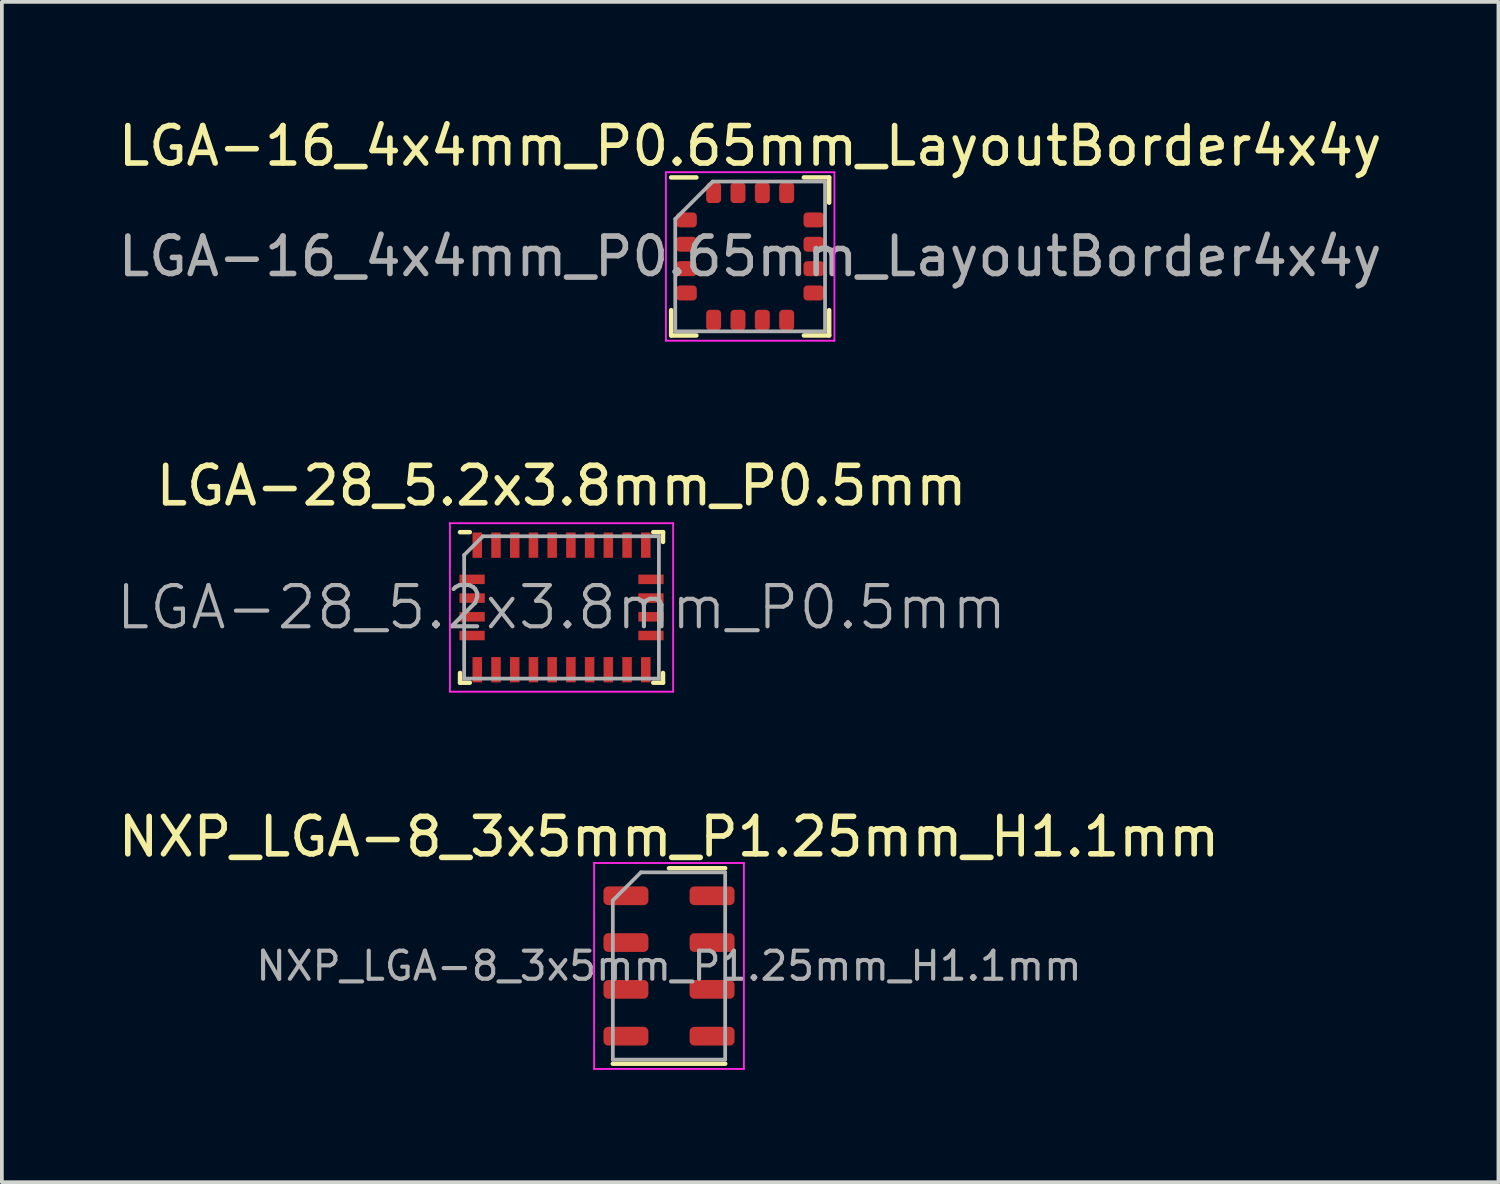
<source format=kicad_pcb>
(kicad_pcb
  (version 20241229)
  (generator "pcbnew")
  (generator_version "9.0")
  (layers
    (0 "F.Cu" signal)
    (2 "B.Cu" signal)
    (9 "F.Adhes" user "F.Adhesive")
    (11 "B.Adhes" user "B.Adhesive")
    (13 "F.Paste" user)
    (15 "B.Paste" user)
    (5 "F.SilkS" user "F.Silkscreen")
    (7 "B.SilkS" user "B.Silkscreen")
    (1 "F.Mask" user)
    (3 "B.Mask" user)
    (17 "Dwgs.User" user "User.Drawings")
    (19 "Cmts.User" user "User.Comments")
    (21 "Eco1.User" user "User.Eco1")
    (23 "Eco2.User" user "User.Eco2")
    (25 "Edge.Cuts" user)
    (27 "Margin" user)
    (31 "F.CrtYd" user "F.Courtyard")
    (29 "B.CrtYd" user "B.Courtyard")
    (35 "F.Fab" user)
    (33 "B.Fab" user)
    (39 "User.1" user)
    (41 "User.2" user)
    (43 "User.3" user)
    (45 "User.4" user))
  (footprint "LGA-16_4x4mm_P0.65mm_LayoutBorder4x4y"
    (layer "F.Cu")
    (at 16.982 3.798)
    (property "Reference" "LGA-16_4x4mm_P0.65mm_LayoutBorder4x4y" (at 0 -2.95 0) (layer "F.SilkS") (effects (font (size 1 1) (thickness 0.15))))
    (attr smd)
    (fp_line (start -2.11 2.11) (end -2.11 1.435) (stroke (width 0.12) (type solid)) (layer "F.SilkS"))
    (fp_line (start -1.435 -2.11) (end -2.11 -2.11) (stroke (width 0.12) (type solid)) (layer "F.SilkS"))
    (fp_line (start -1.435 2.11) (end -2.11 2.11) (stroke (width 0.12) (type solid)) (layer "F.SilkS"))
    (fp_line (start 1.435 -2.11) (end 2.11 -2.11) (stroke (width 0.12) (type solid)) (layer "F.SilkS"))
    (fp_line (start 1.435 2.11) (end 2.11 2.11) (stroke (width 0.12) (type solid)) (layer "F.SilkS"))
    (fp_line (start 2.11 -2.11) (end 2.11 -1.435) (stroke (width 0.12) (type solid)) (layer "F.SilkS"))
    (fp_line (start 2.11 2.11) (end 2.11 1.435) (stroke (width 0.12) (type solid)) (layer "F.SilkS"))
    (fp_line (start -2.25 -2.25) (end -2.25 2.25) (stroke (width 0.05) (type solid)) (layer "F.CrtYd"))
    (fp_line (start -2.25 2.25) (end 2.25 2.25) (stroke (width 0.05) (type solid)) (layer "F.CrtYd"))
    (fp_line (start 2.25 -2.25) (end -2.25 -2.25) (stroke (width 0.05) (type solid)) (layer "F.CrtYd"))
    (fp_line (start 2.25 2.25) (end 2.25 -2.25) (stroke (width 0.05) (type solid)) (layer "F.CrtYd"))
    (fp_line (start -2 -1) (end -1 -2) (stroke (width 0.1) (type solid)) (layer "F.Fab"))
    (fp_line (start -2 2) (end -2 -1) (stroke (width 0.1) (type solid)) (layer "F.Fab"))
    (fp_line (start -1 -2) (end 2 -2) (stroke (width 0.1) (type solid)) (layer "F.Fab"))
    (fp_line (start 2 -2) (end 2 2) (stroke (width 0.1) (type solid)) (layer "F.Fab"))
    (fp_line (start 2 2) (end -2 2) (stroke (width 0.1) (type solid)) (layer "F.Fab"))
    (fp_text user "${REFERENCE}" (at 0 0 0) (layer "F.Fab") (effects (font (size 1 1) (thickness 0.15))))
    (pad "1" smd roundrect (at -1.7 -0.975) (size 0.55 0.4) (layers "F.Cu" "F.Mask" "F.Paste") (roundrect_rratio 0.25))
    (pad "2" smd roundrect (at -1.7 -0.325) (size 0.55 0.4) (layers "F.Cu" "F.Mask" "F.Paste") (roundrect_rratio 0.25))
    (pad "3" smd roundrect (at -1.7 0.325) (size 0.55 0.4) (layers "F.Cu" "F.Mask" "F.Paste") (roundrect_rratio 0.25))
    (pad "4" smd roundrect (at -1.7 0.975) (size 0.55 0.4) (layers "F.Cu" "F.Mask" "F.Paste") (roundrect_rratio 0.25))
    (pad "5" smd roundrect (at -0.975 1.7) (size 0.4 0.55) (layers "F.Cu" "F.Mask" "F.Paste") (roundrect_rratio 0.25))
    (pad "6" smd roundrect (at -0.325 1.7) (size 0.4 0.55) (layers "F.Cu" "F.Mask" "F.Paste") (roundrect_rratio 0.25))
    (pad "7" smd roundrect (at 0.325 1.7) (size 0.4 0.55) (layers "F.Cu" "F.Mask" "F.Paste") (roundrect_rratio 0.25))
    (pad "8" smd roundrect (at 0.975 1.7) (size 0.4 0.55) (layers "F.Cu" "F.Mask" "F.Paste") (roundrect_rratio 0.25))
    (pad "9" smd roundrect (at 1.7 0.975) (size 0.55 0.4) (layers "F.Cu" "F.Mask" "F.Paste") (roundrect_rratio 0.25))
    (pad "10" smd roundrect (at 1.7 0.325) (size 0.55 0.4) (layers "F.Cu" "F.Mask" "F.Paste") (roundrect_rratio 0.25))
    (pad "11" smd roundrect (at 1.7 -0.325) (size 0.55 0.4) (layers "F.Cu" "F.Mask" "F.Paste") (roundrect_rratio 0.25))
    (pad "12" smd roundrect (at 1.7 -0.975) (size 0.55 0.4) (layers "F.Cu" "F.Mask" "F.Paste") (roundrect_rratio 0.25))
    (pad "13" smd roundrect (at 0.975 -1.7) (size 0.4 0.55) (layers "F.Cu" "F.Mask" "F.Paste") (roundrect_rratio 0.25))
    (pad "14" smd roundrect (at 0.325 -1.7) (size 0.4 0.55) (layers "F.Cu" "F.Mask" "F.Paste") (roundrect_rratio 0.25))
    (pad "15" smd roundrect (at -0.325 -1.7) (size 0.4 0.55) (layers "F.Cu" "F.Mask" "F.Paste") (roundrect_rratio 0.25))
    (pad "16" smd roundrect (at -0.975 -1.7) (size 0.4 0.55) (layers "F.Cu" "F.Mask" "F.Paste") (roundrect_rratio 0.25)))
  (footprint "LGA-28_5.2x3.8mm_P0.5mm"
    (layer "F.Cu")
    (at 11.945 13.171)
    (property "Reference" "LGA-28_5.2x3.8mm_P0.5mm" (at 0 -3.25 0) (layer "F.SilkS") (effects (font (size 1 1) (thickness 0.15))))
    (attr smd)
    (fp_line (start -2.71 -2.01) (end -2.45 -2.01) (stroke (width 0.12) (type solid)) (layer "F.SilkS"))
    (fp_line (start -2.71 2.01) (end -2.71 1.75) (stroke (width 0.12) (type solid)) (layer "F.SilkS"))
    (fp_line (start -2.71 2.01) (end -2.45 2.01) (stroke (width 0.12) (type solid)) (layer "F.SilkS"))
    (fp_line (start 2.71 -2.01) (end 2.45 -2.01) (stroke (width 0.12) (type solid)) (layer "F.SilkS"))
    (fp_line (start 2.71 -2.01) (end 2.71 -1.75) (stroke (width 0.12) (type solid)) (layer "F.SilkS"))
    (fp_line (start 2.71 2.01) (end 2.45 2.01) (stroke (width 0.12) (type solid)) (layer "F.SilkS"))
    (fp_line (start 2.71 2.01) (end 2.71 1.75) (stroke (width 0.12) (type solid)) (layer "F.SilkS"))
    (fp_line (start -2.98 -2.25) (end -2.98 2.25) (stroke (width 0.05) (type solid)) (layer "F.CrtYd"))
    (fp_line (start -2.98 2.25) (end 2.98 2.25) (stroke (width 0.05) (type solid)) (layer "F.CrtYd"))
    (fp_line (start 2.98 -2.25) (end -2.98 -2.25) (stroke (width 0.05) (type solid)) (layer "F.CrtYd"))
    (fp_line (start 2.98 2.25) (end 2.98 -2.25) (stroke (width 0.05) (type solid)) (layer "F.CrtYd"))
    (fp_line (start -2.6 -1.4) (end -2.6 1.9) (stroke (width 0.1) (type solid)) (layer "F.Fab"))
    (fp_line (start -2.6 -1.4) (end -2.1 -1.9) (stroke (width 0.1) (type solid)) (layer "F.Fab"))
    (fp_line (start -2.6 1.9) (end 2.6 1.9) (stroke (width 0.1) (type solid)) (layer "F.Fab"))
    (fp_line (start 2.6 -1.9) (end -2.1 -1.9) (stroke (width 0.1) (type solid)) (layer "F.Fab"))
    (fp_line (start 2.6 1.9) (end 2.6 -1.9) (stroke (width 0.1) (type solid)) (layer "F.Fab"))
    (fp_text user "${REFERENCE}" (at 0 0 0) (layer "F.Fab") (effects (font (size 1.1 1.1) (thickness 0.11))))
    (pad "1" smd rect (at -2.25 -1.663) (size 0.254 0.675) (layers "F.Cu" "F.Mask" "F.Paste"))
    (pad "2" smd rect (at -2.388 -0.75 90) (size 0.254 0.675) (layers "F.Cu" "F.Mask" "F.Paste"))
    (pad "3" smd rect (at -2.388 -0.25 90) (size 0.254 0.675) (layers "F.Cu" "F.Mask" "F.Paste"))
    (pad "4" smd rect (at -2.388 0.25 90) (size 0.254 0.675) (layers "F.Cu" "F.Mask" "F.Paste"))
    (pad "5" smd rect (at -2.388 0.75 90) (size 0.254 0.675) (layers "F.Cu" "F.Mask" "F.Paste"))
    (pad "6" smd rect (at -2.25 1.663) (size 0.254 0.675) (layers "F.Cu" "F.Mask" "F.Paste"))
    (pad "7" smd rect (at -1.75 1.663) (size 0.254 0.675) (layers "F.Cu" "F.Mask" "F.Paste"))
    (pad "8" smd rect (at -1.25 1.663) (size 0.254 0.675) (layers "F.Cu" "F.Mask" "F.Paste"))
    (pad "9" smd rect (at -0.75 1.663) (size 0.254 0.675) (layers "F.Cu" "F.Mask" "F.Paste"))
    (pad "10" smd rect (at -0.25 1.663) (size 0.254 0.675) (layers "F.Cu" "F.Mask" "F.Paste"))
    (pad "11" smd rect (at 0.25 1.663) (size 0.254 0.675) (layers "F.Cu" "F.Mask" "F.Paste"))
    (pad "12" smd rect (at 0.75 1.663) (size 0.254 0.675) (layers "F.Cu" "F.Mask" "F.Paste"))
    (pad "13" smd rect (at 1.25 1.663) (size 0.254 0.675) (layers "F.Cu" "F.Mask" "F.Paste"))
    (pad "14" smd rect (at 1.75 1.663) (size 0.254 0.675) (layers "F.Cu" "F.Mask" "F.Paste"))
    (pad "15" smd rect (at 2.25 1.663) (size 0.254 0.675) (layers "F.Cu" "F.Mask" "F.Paste"))
    (pad "16" smd rect (at 2.388 0.75 90) (size 0.254 0.675) (layers "F.Cu" "F.Mask" "F.Paste"))
    (pad "17" smd rect (at 2.388 0.25 90) (size 0.254 0.675) (layers "F.Cu" "F.Mask" "F.Paste"))
    (pad "18" smd rect (at 2.388 -0.25 90) (size 0.254 0.675) (layers "F.Cu" "F.Mask" "F.Paste"))
    (pad "19" smd rect (at 2.388 -0.75 90) (size 0.254 0.675) (layers "F.Cu" "F.Mask" "F.Paste"))
    (pad "20" smd rect (at 2.25 -1.663) (size 0.254 0.675) (layers "F.Cu" "F.Mask" "F.Paste"))
    (pad "21" smd rect (at 1.75 -1.663) (size 0.254 0.675) (layers "F.Cu" "F.Mask" "F.Paste"))
    (pad "22" smd rect (at 1.25 -1.663) (size 0.254 0.675) (layers "F.Cu" "F.Mask" "F.Paste"))
    (pad "23" smd rect (at 0.75 -1.663) (size 0.254 0.675) (layers "F.Cu" "F.Mask" "F.Paste"))
    (pad "24" smd rect (at 0.25 -1.663) (size 0.254 0.675) (layers "F.Cu" "F.Mask" "F.Paste"))
    (pad "25" smd rect (at -0.25 -1.663) (size 0.254 0.675) (layers "F.Cu" "F.Mask" "F.Paste"))
    (pad "26" smd rect (at -0.75 -1.663) (size 0.254 0.675) (layers "F.Cu" "F.Mask" "F.Paste"))
    (pad "27" smd rect (at -1.25 -1.663) (size 0.254 0.675) (layers "F.Cu" "F.Mask" "F.Paste"))
    (pad "28" smd rect (at -1.75 -1.663) (size 0.254 0.675) (layers "F.Cu" "F.Mask" "F.Paste")))
  (footprint "NXP_LGA-8_3x5mm_P1.25mm_H1.1mm"
    (layer "F.Cu")
    (at 14.815 22.745)
    (property "Reference" "NXP_LGA-8_3x5mm_P1.25mm_H1.1mm" (at 0 -3.45 0) (layer "F.SilkS") (effects (font (size 1 1) (thickness 0.15))))
    (attr smd)
    (fp_line (start -1.5 2.61) (end 1.5 2.61) (stroke (width 0.12) (type solid)) (layer "F.SilkS"))
    (fp_line (start 0 -2.61) (end 1.5 -2.61) (stroke (width 0.12) (type solid)) (layer "F.SilkS"))
    (fp_line (start -2 -2.75) (end -2 2.75) (stroke (width 0.05) (type solid)) (layer "F.CrtYd"))
    (fp_line (start -2 2.75) (end 2 2.75) (stroke (width 0.05) (type solid)) (layer "F.CrtYd"))
    (fp_line (start 2 -2.75) (end -2 -2.75) (stroke (width 0.05) (type solid)) (layer "F.CrtYd"))
    (fp_line (start 2 2.75) (end 2 -2.75) (stroke (width 0.05) (type solid)) (layer "F.CrtYd"))
    (fp_line (start -1.5 -1.75) (end -0.75 -2.5) (stroke (width 0.1) (type solid)) (layer "F.Fab"))
    (fp_line (start -1.5 2.5) (end -1.5 -1.75) (stroke (width 0.1) (type solid)) (layer "F.Fab"))
    (fp_line (start -0.75 -2.5) (end 1.5 -2.5) (stroke (width 0.1) (type solid)) (layer "F.Fab"))
    (fp_line (start 1.5 -2.5) (end 1.5 2.5) (stroke (width 0.1) (type solid)) (layer "F.Fab"))
    (fp_line (start 1.5 2.5) (end -1.5 2.5) (stroke (width 0.1) (type solid)) (layer "F.Fab"))
    (fp_text user "${REFERENCE}" (at 0 0 0) (layer "F.Fab") (effects (font (size 0.75 0.75) (thickness 0.11))))
    (pad "1" smd roundrect (at -1.15 -1.875) (size 1.2 0.5) (layers "F.Cu" "F.Mask" "F.Paste") (roundrect_rratio 0.25))
    (pad "2" smd roundrect (at -1.15 -0.625) (size 1.2 0.5) (layers "F.Cu" "F.Mask" "F.Paste") (roundrect_rratio 0.25))
    (pad "3" smd roundrect (at -1.15 0.625) (size 1.2 0.5) (layers "F.Cu" "F.Mask" "F.Paste") (roundrect_rratio 0.25))
    (pad "4" smd roundrect (at -1.15 1.875) (size 1.2 0.5) (layers "F.Cu" "F.Mask" "F.Paste") (roundrect_rratio 0.25))
    (pad "5" smd roundrect (at 1.15 1.875) (size 1.2 0.5) (layers "F.Cu" "F.Mask" "F.Paste") (roundrect_rratio 0.25))
    (pad "6" smd roundrect (at 1.15 0.625) (size 1.2 0.5) (layers "F.Cu" "F.Mask" "F.Paste") (roundrect_rratio 0.25))
    (pad "7" smd roundrect (at 1.15 -0.625) (size 1.2 0.5) (layers "F.Cu" "F.Mask" "F.Paste") (roundrect_rratio 0.25))
    (pad "8" smd roundrect (at 1.15 -1.875) (size 1.2 0.5) (layers "F.Cu" "F.Mask" "F.Paste") (roundrect_rratio 0.25)))
  (gr_rect
    (start -3 -3)
    (end 36.964 28.52)
    (stroke (width 0.1) (type default))
    (fill no)
    (layer "Edge.Cuts")))
</source>
